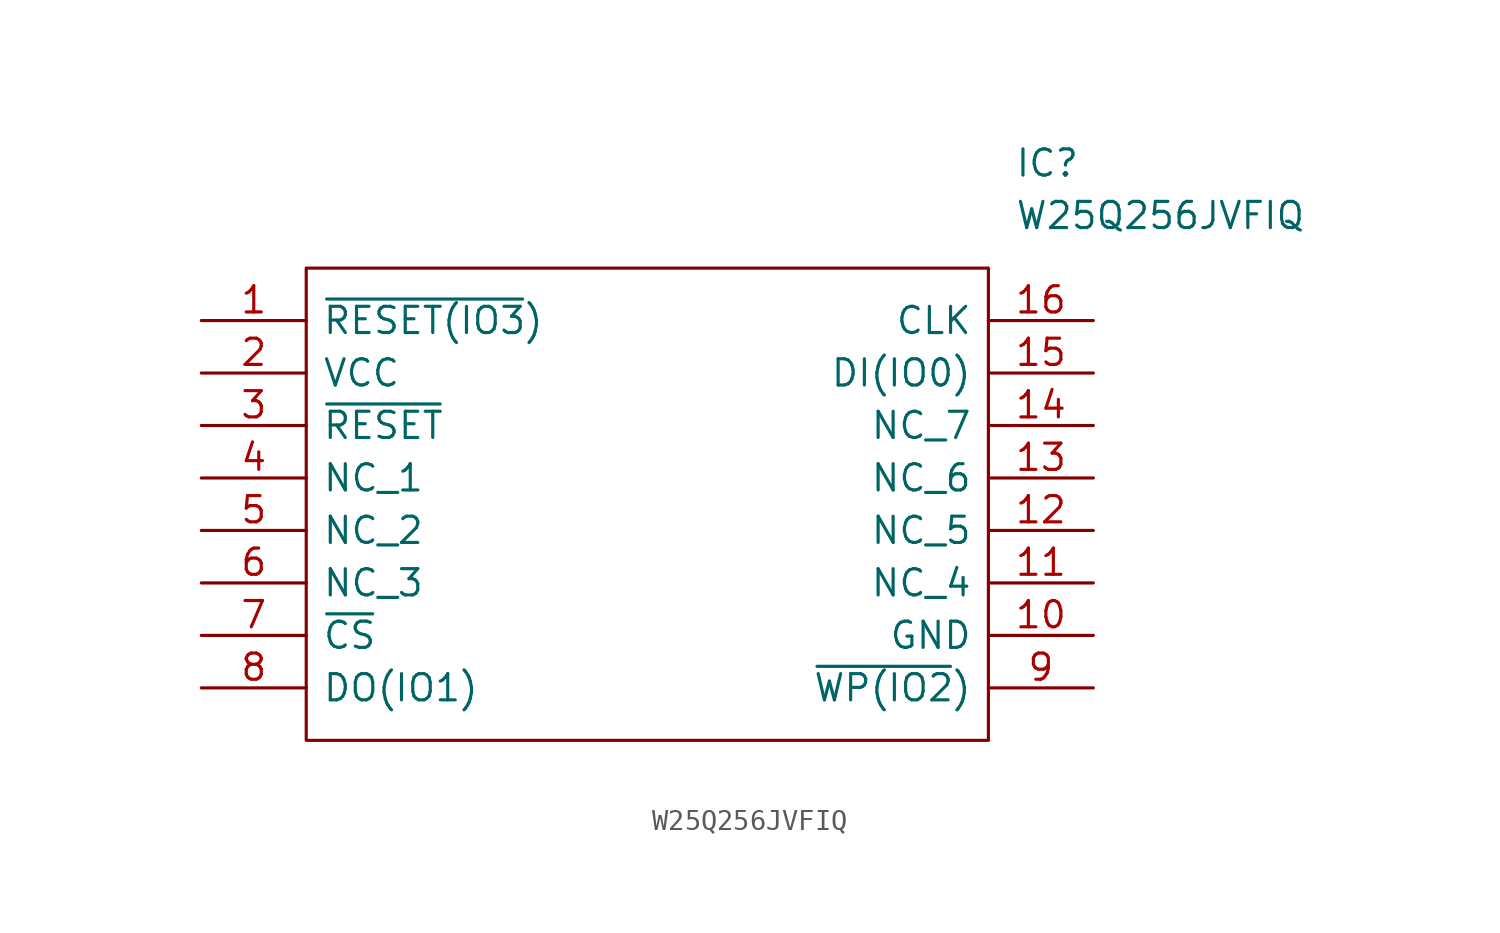
<source format=kicad_sym>
(kicad_symbol_lib
  (version 20220914)
  (generator kicad_symbol_editor)
  (symbol "W25Q256JVFIQ"
    (pin_names
      (offset 0.762))
    (property "Reference" "IC"
      (at 39.37 7.62 0)
      (effects (font (size 1.27 1.27)) (justify left)))
    (property "Value" "W25Q256JVFIQ"
      (at 39.37 5.08 0)
      (effects (font (size 1.27 1.27)) (justify left)))
    (symbol "W25Q256JVFIQ_0_0"
      (pin passive line (at 0 0 0) (length 5.08) (name "~{RESET(IO3})" (effects (font (size 1.27 1.27)))) (number "1" (effects (font (size 1.27 1.27)))))
      (pin passive line (at 43.18 -15.24 180) (length 5.08) (name "GND" (effects (font (size 1.27 1.27)))) (number "10" (effects (font (size 1.27 1.27)))))
      (pin passive line (at 43.18 -12.7 180) (length 5.08) (name "NC_4" (effects (font (size 1.27 1.27)))) (number "11" (effects (font (size 1.27 1.27)))))
      (pin passive line (at 43.18 -10.16 180) (length 5.08) (name "NC_5" (effects (font (size 1.27 1.27)))) (number "12" (effects (font (size 1.27 1.27)))))
      (pin passive line (at 43.18 -7.62 180) (length 5.08) (name "NC_6" (effects (font (size 1.27 1.27)))) (number "13" (effects (font (size 1.27 1.27)))))
      (pin passive line (at 43.18 -5.08 180) (length 5.08) (name "NC_7" (effects (font (size 1.27 1.27)))) (number "14" (effects (font (size 1.27 1.27)))))
      (pin passive line (at 43.18 -2.54 180) (length 5.08) (name "DI(IO0)" (effects (font (size 1.27 1.27)))) (number "15" (effects (font (size 1.27 1.27)))))
      (pin passive line (at 43.18 0 180) (length 5.08) (name "CLK" (effects (font (size 1.27 1.27)))) (number "16" (effects (font (size 1.27 1.27)))))
      (pin passive line (at 0 -2.54 0) (length 5.08) (name "VCC" (effects (font (size 1.27 1.27)))) (number "2" (effects (font (size 1.27 1.27)))))
      (pin passive line (at 0 -5.08 0) (length 5.08) (name "~{RESET}" (effects (font (size 1.27 1.27)))) (number "3" (effects (font (size 1.27 1.27)))))
      (pin passive line (at 0 -7.62 0) (length 5.08) (name "NC_1" (effects (font (size 1.27 1.27)))) (number "4" (effects (font (size 1.27 1.27)))))
      (pin passive line (at 0 -10.16 0) (length 5.08) (name "NC_2" (effects (font (size 1.27 1.27)))) (number "5" (effects (font (size 1.27 1.27)))))
      (pin passive line (at 0 -12.7 0) (length 5.08) (name "NC_3" (effects (font (size 1.27 1.27)))) (number "6" (effects (font (size 1.27 1.27)))))
      (pin passive line (at 0 -15.24 0) (length 5.08) (name "~{CS}" (effects (font (size 1.27 1.27)))) (number "7" (effects (font (size 1.27 1.27)))))
      (pin passive line (at 0 -17.78 0) (length 5.08) (name "DO(IO1)" (effects (font (size 1.27 1.27)))) (number "8" (effects (font (size 1.27 1.27)))))
      (pin passive line (at 43.18 -17.78 180) (length 5.08) (name "~{WP(IO2})" (effects (font (size 1.27 1.27)))) (number "9" (effects (font (size 1.27 1.27))))))
    (symbol "W25Q256JVFIQ_0_1"
      (polyline (pts (xy 5.08 2.54) (xy 38.1 2.54) (xy 38.1 -20.32) (xy 5.08 -20.32) (xy 5.08 2.54)) (stroke (width 0.152) (type solid)) (fill (type none))))))
</source>
